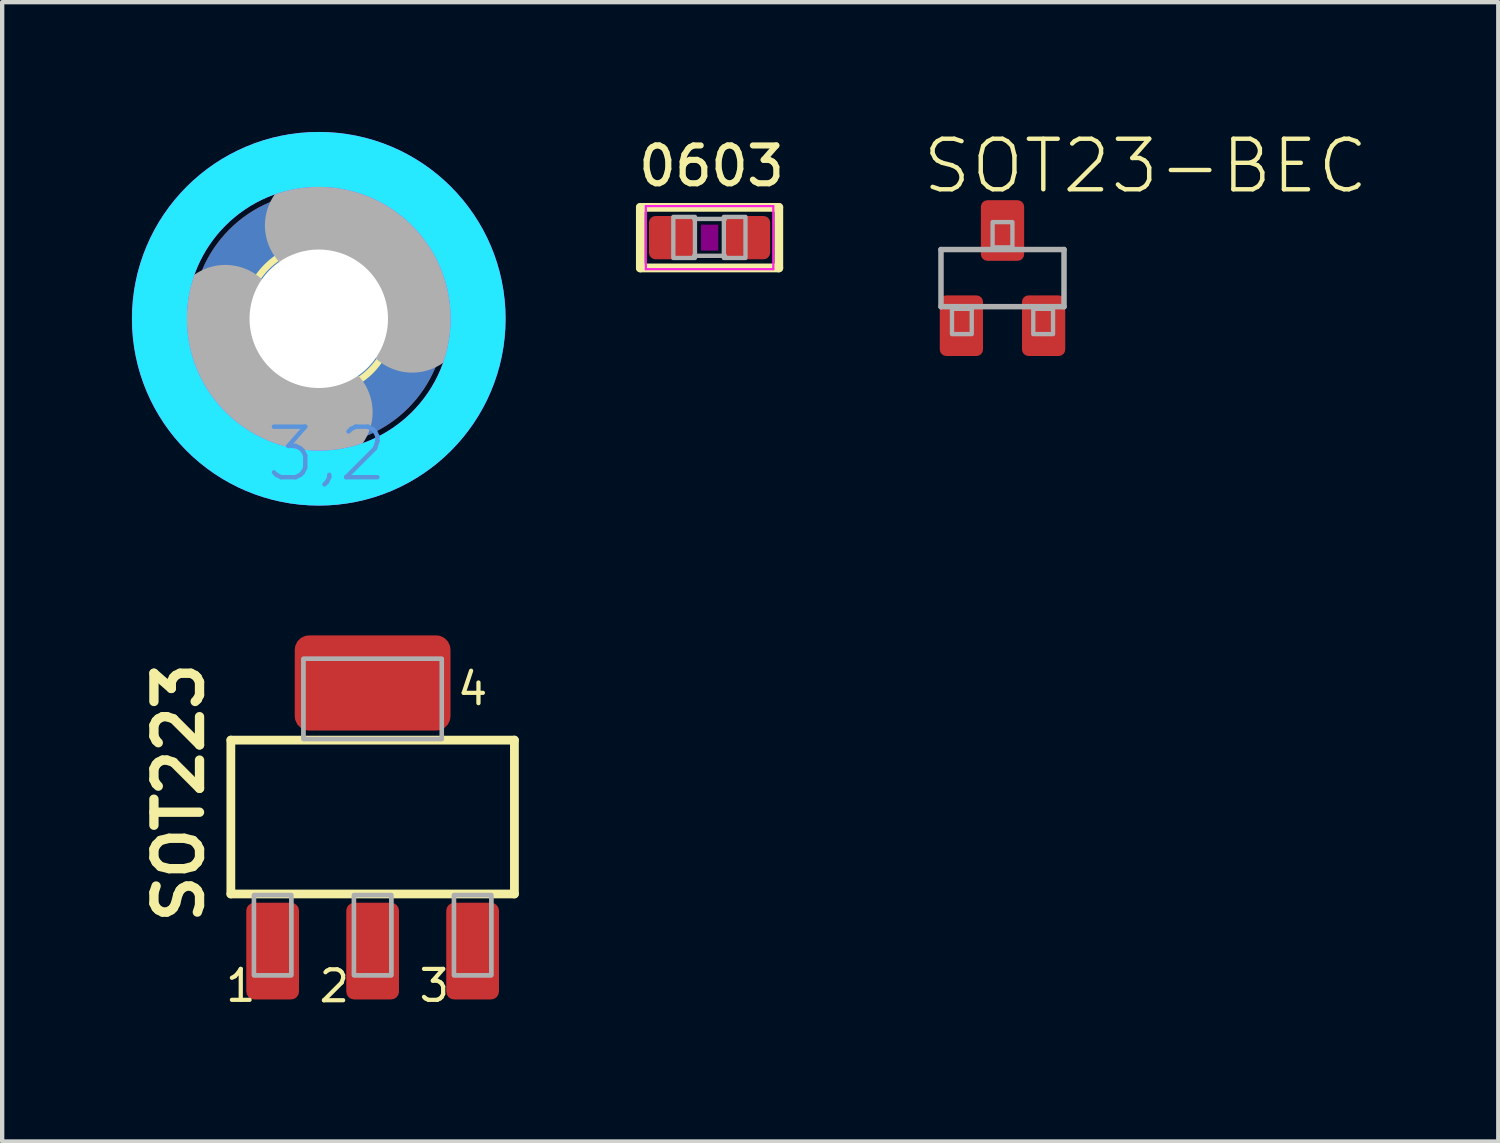
<source format=kicad_pcb>
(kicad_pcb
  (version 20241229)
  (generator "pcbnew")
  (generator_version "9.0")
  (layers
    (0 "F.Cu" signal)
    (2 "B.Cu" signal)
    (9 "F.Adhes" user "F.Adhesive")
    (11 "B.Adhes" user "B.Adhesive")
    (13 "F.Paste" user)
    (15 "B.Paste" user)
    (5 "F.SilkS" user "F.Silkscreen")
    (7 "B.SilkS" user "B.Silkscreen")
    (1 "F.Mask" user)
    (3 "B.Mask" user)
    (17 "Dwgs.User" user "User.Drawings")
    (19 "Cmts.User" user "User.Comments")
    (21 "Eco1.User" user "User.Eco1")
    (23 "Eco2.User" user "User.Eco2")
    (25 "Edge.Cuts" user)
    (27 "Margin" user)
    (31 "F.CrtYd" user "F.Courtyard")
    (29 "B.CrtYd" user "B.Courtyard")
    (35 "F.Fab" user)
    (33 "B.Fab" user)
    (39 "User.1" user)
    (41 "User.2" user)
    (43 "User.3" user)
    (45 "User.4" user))
  (footprint "SOT223"
    (layer "F.Cu")
    (at 5.563 15.835)
    (property "Reference" "SOT223" (at -3.861 2.54 90) (unlocked yes) (layer "F.SilkS") (effects (font (size 1.054 1.054) (thickness 0.216)) (justify left bottom)))
    (fp_line (start -3.277 -1.778) (end 3.277 -1.778) (stroke (width 0.203) (type solid)) (layer "F.SilkS"))
    (fp_line (start -3.277 1.778) (end -3.277 -1.778) (stroke (width 0.203) (type solid)) (layer "F.SilkS"))
    (fp_line (start 3.277 -1.778) (end 3.277 1.778) (stroke (width 0.203) (type solid)) (layer "F.SilkS"))
    (fp_line (start 3.277 1.778) (end -3.277 1.778) (stroke (width 0.203) (type solid)) (layer "F.SilkS"))
    (fp_poly (pts (xy -2.743 3.658) (xy -1.88 3.658) (xy -1.88 1.803) (xy -2.743 1.803)) (stroke (width 0.1) (type default)) (fill no) (layer "F.Fab"))
    (fp_poly (pts (xy -2.743 3.658) (xy -1.88 3.658) (xy -1.88 1.803) (xy -2.743 1.803)) (stroke (width 0.1) (type default)) (fill no) (layer "F.Fab"))
    (fp_poly (pts (xy -1.6 -1.803) (xy 1.6 -1.803) (xy 1.6 -3.658) (xy -1.6 -3.658)) (stroke (width 0.1) (type default)) (fill no) (layer "F.Fab"))
    (fp_poly (pts (xy -1.6 -1.803) (xy 1.6 -1.803) (xy 1.6 -3.658) (xy -1.6 -3.658)) (stroke (width 0.1) (type default)) (fill no) (layer "F.Fab"))
    (fp_poly (pts (xy -0.432 3.658) (xy 0.432 3.658) (xy 0.432 1.803) (xy -0.432 1.803)) (stroke (width 0.1) (type default)) (fill no) (layer "F.Fab"))
    (fp_poly (pts (xy -0.432 3.658) (xy 0.432 3.658) (xy 0.432 1.803) (xy -0.432 1.803)) (stroke (width 0.1) (type default)) (fill no) (layer "F.Fab"))
    (fp_poly (pts (xy 1.88 3.658) (xy 2.743 3.658) (xy 2.743 1.803) (xy 1.88 1.803)) (stroke (width 0.1) (type default)) (fill no) (layer "F.Fab"))
    (fp_poly (pts (xy 1.88 3.658) (xy 2.743 3.658) (xy 2.743 1.803) (xy 1.88 1.803)) (stroke (width 0.1) (type default)) (fill no) (layer "F.Fab"))
    (fp_text user "3" (at 1.021 4.318 0) (unlocked yes) (layer "F.SilkS") (effects (font (size 0.715 0.715) (thickness 0.098)) (justify left bottom)))
    (fp_text user "2" (at -1.291 4.327 0) (unlocked yes) (layer "F.SilkS") (effects (font (size 0.715 0.715) (thickness 0.098)) (justify left bottom)))
    (fp_text user "1" (at -3.453 4.318 0) (unlocked yes) (layer "F.SilkS") (effects (font (size 0.715 0.715) (thickness 0.098)) (justify left bottom)))
    (fp_text user "4" (at 1.905 -2.54 0) (unlocked yes) (layer "F.SilkS") (effects (font (size 0.715 0.715) (thickness 0.098)) (justify left bottom)))
    (pad "1" smd roundrect (at -2.311 3.099) (size 1.219 2.235) (layers "F.Cu" "F.Mask" "F.Paste") (roundrect_rratio 0.15))
    (pad "2" smd roundrect (at 0 3.099) (size 1.219 2.235) (layers "F.Cu" "F.Mask" "F.Paste") (roundrect_rratio 0.15))
    (pad "3" smd roundrect (at 2.311 3.099) (size 1.219 2.235) (layers "F.Cu" "F.Mask" "F.Paste") (roundrect_rratio 0.15))
    (pad "4" smd roundrect (at 0 -3.099) (size 3.6 2.2) (layers "F.Cu" "F.Mask" "F.Paste") (roundrect_rratio 0.15)))
  (footprint "0603"
    (layer "F.Cu")
    (at 13.351 2.443)
    (property "Reference" "0603" (at -1.714 -1.143 0) (unlocked yes) (layer "F.SilkS") (effects (font (size 0.874 0.874) (thickness 0.142)) (justify left bottom)))
    (fp_line (start -1.6 -0.7) (end 1.6 -0.7) (stroke (width 0.203) (type solid)) (layer "F.SilkS"))
    (fp_line (start -1.6 0.7) (end -1.6 -0.7) (stroke (width 0.203) (type solid)) (layer "F.SilkS"))
    (fp_line (start 1.6 -0.7) (end 1.6 0.7) (stroke (width 0.203) (type solid)) (layer "F.SilkS"))
    (fp_line (start 1.6 0.7) (end -1.6 0.7) (stroke (width 0.203) (type solid)) (layer "F.SilkS"))
    (fp_poly (pts (xy -0.2 0.3) (xy 0.2 0.3) (xy 0.2 -0.3) (xy -0.2 -0.3)) (stroke (width 0) (type default)) (fill yes) (layer "F.Adhes"))
    (fp_line (start -1.473 -0.729) (end 1.473 -0.729) (stroke (width 0.051) (type solid)) (layer "F.CrtYd"))
    (fp_line (start -1.473 0.729) (end -1.473 -0.729) (stroke (width 0.051) (type solid)) (layer "F.CrtYd"))
    (fp_line (start 1.473 -0.729) (end 1.473 0.729) (stroke (width 0.051) (type solid)) (layer "F.CrtYd"))
    (fp_line (start 1.473 0.729) (end -1.473 0.729) (stroke (width 0.051) (type solid)) (layer "F.CrtYd"))
    (fp_line (start -0.356 -0.432) (end 0.356 -0.432) (stroke (width 0.102) (type solid)) (layer "F.Fab"))
    (fp_line (start -0.356 0.419) (end 0.356 0.419) (stroke (width 0.102) (type solid)) (layer "F.Fab"))
    (fp_poly (pts (xy -0.838 0.47) (xy -0.338 0.47) (xy -0.338 -0.48) (xy -0.838 -0.48)) (stroke (width 0.1) (type default)) (fill no) (layer "F.Fab"))
    (fp_poly (pts (xy 0.33 0.47) (xy 0.83 0.47) (xy 0.83 -0.48) (xy 0.33 -0.48)) (stroke (width 0.1) (type default)) (fill no) (layer "F.Fab"))
    (pad "1" smd roundrect (at -0.85 0) (size 1.1 1) (layers "F.Cu" "F.Mask" "F.Paste") (roundrect_rratio 0.15))
    (pad "2" smd roundrect (at 0.85 0) (size 1.1 1) (layers "F.Cu" "F.Mask" "F.Paste") (roundrect_rratio 0.15)))
  (footprint "3,2-PAD"
    (layer "F.Cu")
    (at 4.318 4.318)
    (property "Reference" "3,2-PAD" (at 0 0 0) (layer "F.SilkS") (effects (font (size 1.27 1.27) (thickness 0.15))))
    (fp_circle (center 0 0) (end 1.7 0) (stroke (width 0.152) (type solid)) (fill no) (layer "F.SilkS"))
    (fp_circle (center 0 0) (end 3.429 0) (stroke (width 0.152) (type solid)) (fill no) (layer "F.SilkS"))
    (fp_circle (center 0 0) (end 3.683 0) (stroke (width 1.27) (type solid)) (fill no) (layer "B.CrtYd"))
    (fp_circle (center 0 0) (end 3.683 0) (stroke (width 1.27) (type solid)) (fill no) (layer "F.CrtYd"))
    (fp_arc (start 0 -2.159) (mid 1.526644 -1.526644) (end 2.159 0) (stroke (width 2.4892) (type solid)) (layer "F.Fab"))
    (fp_arc (start 0 2.159) (mid -1.526644 1.526644) (end -2.159 0) (stroke (width 2.4892) (type solid)) (layer "F.Fab"))
    (fp_circle (center 0 0) (end 0.762 0) (stroke (width 0.457) (type solid)) (fill no) (layer "F.Fab"))
    (fp_text user "3,2" (at -1.27 3.81 0) (unlocked yes) (layer "Cmts.User") (effects (font (size 1.168 1.168) (thickness 0.102)) (justify left bottom)))
    (pad "B3,2" thru_hole circle (at 0 0) (size 5.842 5.842) (drill 3.2) (layers "*.Cu" "*.Mask"))
    (zone (net_name "") (layers "F.Cu" "B.Cu") (hatch edge 0.5) (connect_pads) (min_thickness 0.25) (filled_areas_thickness no) (keepout (tracks allowed) (vias not_allowed) (pads allowed) (copperpour allowed) (footprints allowed)) (placement (enabled no)) (fill) (polygon (pts (xy 8.382 4.318) (xy 8.362 3.913) (xy 8.301 3.513) (xy 8.201 3.12) (xy 8.063 2.739) (xy 7.887 2.374) (xy 7.676 2.029) (xy 7.431 1.706) (xy 7.156 1.409) (xy 6.852 1.141) (xy 6.523 0.904) (xy 6.172 0.702) (xy 5.803 0.535) (xy 5.419 0.406) (xy 5.024 0.316) (xy 4.622 0.265) (xy 4.217 0.255) (xy 3.813 0.286) (xy 3.414 0.356) (xy 3.024 0.466) (xy 2.647 0.614) (xy 2.286 0.798) (xy 1.946 1.018) (xy 1.629 1.271) (xy 1.339 1.554) (xy 1.078 1.864) (xy 0.85 2.199) (xy 0.656 2.555) (xy 0.499 2.928) (xy 0.38 3.315) (xy 0.299 3.712) (xy 0.259 4.115) (xy 0.259 4.521) (xy 0.299 4.924) (xy 0.38 5.321) (xy 0.499 5.708) (xy 0.656 6.081) (xy 0.85 6.437) (xy 1.078 6.772) (xy 1.339 7.082) (xy 1.629 7.365) (xy 1.946 7.618) (xy 2.286 7.838) (xy 2.647 8.022) (xy 3.024 8.17) (xy 3.414 8.28) (xy 3.813 8.35) (xy 4.217 8.381) (xy 4.622 8.371) (xy 5.024 8.32) (xy 5.419 8.23) (xy 5.803 8.101) (xy 6.172 7.934) (xy 6.523 7.732) (xy 6.852 7.495) (xy 7.156 7.227) (xy 7.431 6.93) (xy 7.676 6.607) (xy 7.887 6.262) (xy 8.063 5.897) (xy 8.201 5.516) (xy 8.301 5.123) (xy 8.362 4.723))) (polygon (pts (xy 7.366 4.318) (xy 7.346 3.971) (xy 7.287 3.628) (xy 7.189 3.294) (xy 7.053 2.973) (xy 6.882 2.67) (xy 6.678 2.389) (xy 6.442 2.132) (xy 6.179 1.904) (xy 5.892 1.708) (xy 5.584 1.545) (xy 5.26 1.419) (xy 4.923 1.331) (xy 4.579 1.281) (xy 4.231 1.271) (xy 3.884 1.301) (xy 3.543 1.37) (xy 3.212 1.478) (xy 2.896 1.622) (xy 2.598 1.802) (xy 2.322 2.014) (xy 2.072 2.257) (xy 1.852 2.526) (xy 1.664 2.819) (xy 1.51 3.132) (xy 1.393 3.459) (xy 1.315 3.798) (xy 1.275 4.144) (xy 1.275 4.492) (xy 1.315 4.838) (xy 1.393 5.177) (xy 1.51 5.504) (xy 1.664 5.817) (xy 1.852 6.11) (xy 2.072 6.379) (xy 2.322 6.622) (xy 2.598 6.834) (xy 2.896 7.014) (xy 3.212 7.158) (xy 3.543 7.266) (xy 3.884 7.335) (xy 4.231 7.365) (xy 4.579 7.355) (xy 4.923 7.305) (xy 5.26 7.217) (xy 5.584 7.091) (xy 5.892 6.928) (xy 6.179 6.732) (xy 6.442 6.504) (xy 6.678 6.247) (xy 6.882 5.966) (xy 7.053 5.663) (xy 7.189 5.342) (xy 7.287 5.008) (xy 7.346 4.665)))))
  (footprint "SOT23-BEC"
    (layer "F.Cu")
    (at 20.122 3.378)
    (property "Reference" "SOT23-BEC" (at -1.905 -1.905 0) (unlocked yes) (layer "F.SilkS") (effects (font (size 1.168 1.168) (thickness 0.102)) (justify left bottom)))
    (fp_line (start -1.422 -0.66) (end 1.422 -0.66) (stroke (width 0.127) (type solid)) (layer "F.Fab"))
    (fp_line (start -1.422 0.66) (end -1.422 -0.66) (stroke (width 0.127) (type solid)) (layer "F.Fab"))
    (fp_line (start 1.422 -0.66) (end 1.422 0.66) (stroke (width 0.127) (type solid)) (layer "F.Fab"))
    (fp_line (start 1.422 0.66) (end -1.422 0.66) (stroke (width 0.127) (type solid)) (layer "F.Fab"))
    (fp_poly (pts (xy -1.168 1.295) (xy -0.711 1.295) (xy -0.711 0.711) (xy -1.168 0.711)) (stroke (width 0.1) (type default)) (fill no) (layer "F.Fab"))
    (fp_poly (pts (xy -0.229 -0.711) (xy 0.229 -0.711) (xy 0.229 -1.295) (xy -0.229 -1.295)) (stroke (width 0.1) (type default)) (fill no) (layer "F.Fab"))
    (fp_poly (pts (xy 0.711 1.295) (xy 1.168 1.295) (xy 1.168 0.711) (xy 0.711 0.711)) (stroke (width 0.1) (type default)) (fill no) (layer "F.Fab"))
    (pad "B" smd roundrect (at -0.95 1.1) (size 1 1.4) (layers "F.Cu" "F.Mask" "F.Paste") (roundrect_rratio 0.15))
    (pad "C" smd roundrect (at 0 -1.1) (size 1 1.4) (layers "F.Cu" "F.Mask" "F.Paste") (roundrect_rratio 0.15))
    (pad "E" smd roundrect (at 0.95 1.1) (size 1 1.4) (layers "F.Cu" "F.Mask" "F.Paste") (roundrect_rratio 0.15)))
  (gr_rect
    (start -3 -3)
    (end 31.581 23.334)
    (stroke (width 0.1) (type default))
    (fill no)
    (layer "Edge.Cuts")))
</source>
